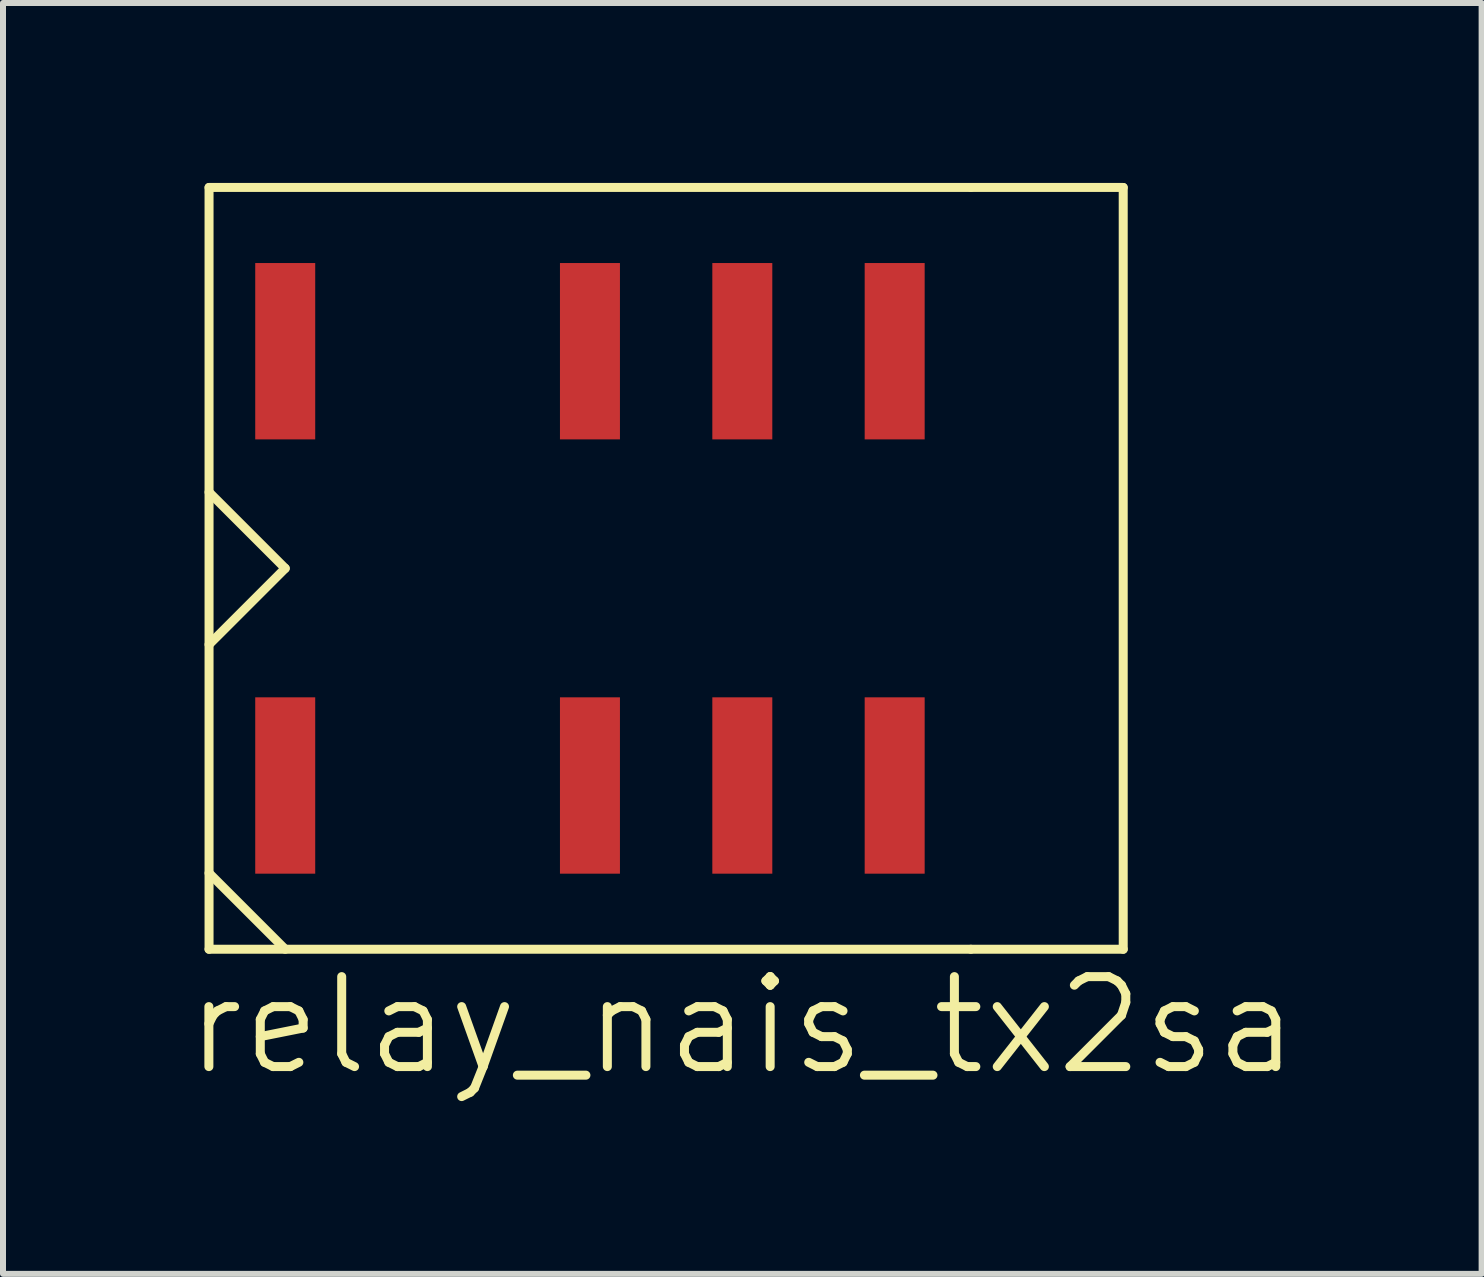
<source format=kicad_pcb>
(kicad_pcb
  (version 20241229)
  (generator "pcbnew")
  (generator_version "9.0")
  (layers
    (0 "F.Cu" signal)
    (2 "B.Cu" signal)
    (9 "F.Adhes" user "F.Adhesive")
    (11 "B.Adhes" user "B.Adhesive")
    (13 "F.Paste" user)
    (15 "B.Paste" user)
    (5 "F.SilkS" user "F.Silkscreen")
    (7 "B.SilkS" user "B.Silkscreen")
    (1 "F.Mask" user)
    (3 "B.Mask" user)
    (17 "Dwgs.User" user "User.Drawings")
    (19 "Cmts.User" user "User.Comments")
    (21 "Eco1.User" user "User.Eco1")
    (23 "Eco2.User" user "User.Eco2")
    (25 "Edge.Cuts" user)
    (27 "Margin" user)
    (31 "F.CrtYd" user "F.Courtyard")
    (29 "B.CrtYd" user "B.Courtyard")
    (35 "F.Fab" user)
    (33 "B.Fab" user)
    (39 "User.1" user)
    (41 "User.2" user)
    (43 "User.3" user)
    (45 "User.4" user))
  (footprint "relay_nais_tx2sa"
    (layer "F.Cu")
    (at 6.785 6.425)
    (property "Reference" "relay_nais_tx2sa" (at 2.54 7.62 0) (layer "F.SilkS") (effects (font (size 1.5 1.5) (thickness 0.15))))
    (attr through_hole)
    (fp_line (start -6.35 -6.35) (end -6.35 6.35) (stroke (width 0.15) (type solid)) (layer "F.SilkS"))
    (fp_line (start -6.35 -1.27) (end -5.08 0) (stroke (width 0.15) (type solid)) (layer "F.SilkS"))
    (fp_line (start -6.35 5.08) (end -5.08 6.35) (stroke (width 0.15) (type solid)) (layer "F.SilkS"))
    (fp_line (start -5.08 0) (end -6.35 1.27) (stroke (width 0.15) (type solid)) (layer "F.SilkS"))
    (fp_line (start 6.35 -6.35) (end -6.35 -6.35) (stroke (width 0.15) (type solid)) (layer "F.SilkS"))
    (fp_line (start 6.35 -6.35) (end 8.89 -6.35) (stroke (width 0.15) (type solid)) (layer "F.SilkS"))
    (fp_line (start 6.35 6.35) (end -6.35 6.35) (stroke (width 0.15) (type solid)) (layer "F.SilkS"))
    (fp_line (start 8.89 -6.35) (end 8.89 6.35) (stroke (width 0.15) (type solid)) (layer "F.SilkS"))
    (fp_line (start 8.89 6.35) (end 6.35 6.35) (stroke (width 0.15) (type solid)) (layer "F.SilkS"))
    (pad "1" smd rect (at -5.08 3.62) (size 1 2.94) (layers "F.Cu" "F.Mask" "F.Paste"))
    (pad "3" smd rect (at 0 3.62) (size 1 2.94) (layers "F.Cu" "F.Mask" "F.Paste"))
    (pad "4" smd rect (at 2.54 3.62) (size 1 2.94) (layers "F.Cu" "F.Mask" "F.Paste"))
    (pad "5" smd rect (at 5.08 3.62) (size 1 2.94) (layers "F.Cu" "F.Mask" "F.Paste"))
    (pad "8" smd rect (at 5.08 -3.62) (size 1 2.94) (layers "F.Cu" "F.Mask" "F.Paste"))
    (pad "9" smd rect (at 2.54 -3.62) (size 1 2.94) (layers "F.Cu" "F.Mask" "F.Paste"))
    (pad "10" smd rect (at 0 -3.62) (size 1 2.94) (layers "F.Cu" "F.Mask" "F.Paste"))
    (pad "12" smd rect (at -5.08 -3.62) (size 1 2.94) (layers "F.Cu" "F.Mask" "F.Paste")))
  (gr_rect
    (start -3 -3)
    (end 21.65 18.186)
    (stroke (width 0.1) (type default))
    (fill no)
    (layer "Edge.Cuts")))
</source>
